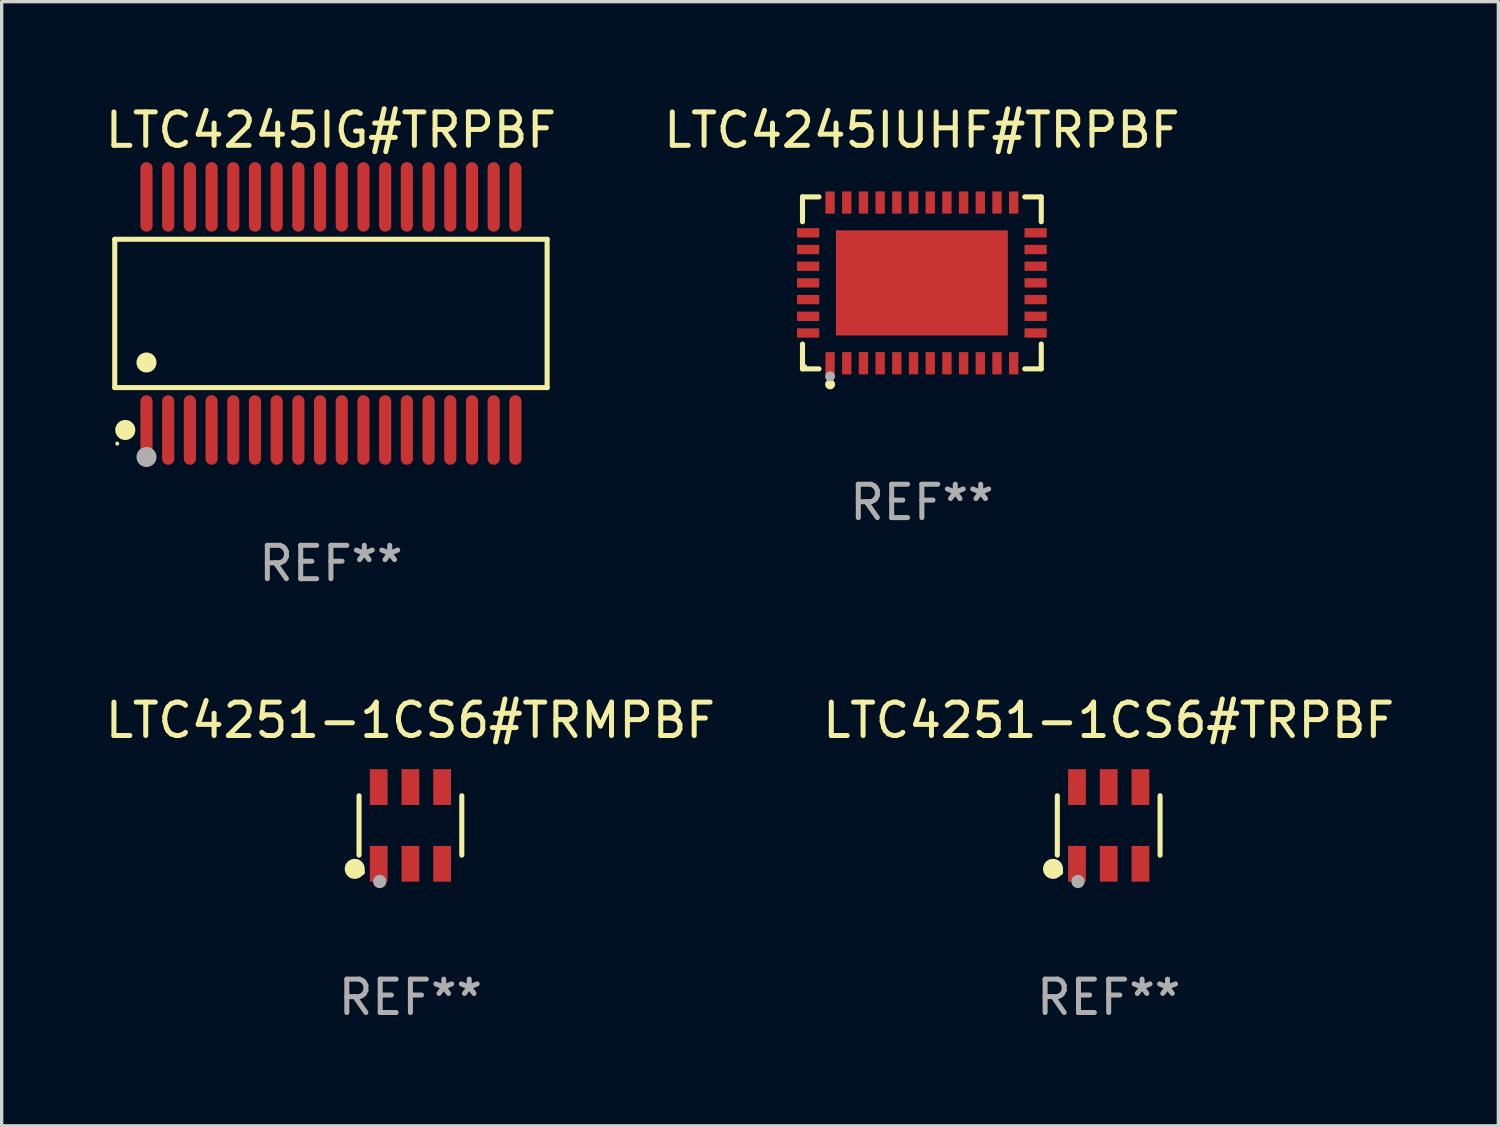
<source format=kicad_pcb>
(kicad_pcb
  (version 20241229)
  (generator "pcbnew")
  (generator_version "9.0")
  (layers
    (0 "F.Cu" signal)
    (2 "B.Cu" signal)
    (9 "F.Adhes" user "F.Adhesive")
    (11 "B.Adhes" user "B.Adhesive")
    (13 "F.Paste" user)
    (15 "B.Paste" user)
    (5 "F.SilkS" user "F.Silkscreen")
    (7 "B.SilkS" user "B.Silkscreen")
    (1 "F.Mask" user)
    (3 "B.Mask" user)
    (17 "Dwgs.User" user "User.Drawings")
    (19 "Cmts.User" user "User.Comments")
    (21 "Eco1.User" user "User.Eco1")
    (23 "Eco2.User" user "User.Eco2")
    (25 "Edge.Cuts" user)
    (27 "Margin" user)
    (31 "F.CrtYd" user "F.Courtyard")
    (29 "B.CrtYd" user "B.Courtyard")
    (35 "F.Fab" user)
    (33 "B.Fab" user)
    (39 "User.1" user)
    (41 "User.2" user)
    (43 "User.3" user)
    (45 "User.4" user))
  (footprint "LTC4251-1CS6#TRMPBF"
    (layer "F.Cu")
    (at 9.244 21.676)
    (property "Reference" "LTC4251-1CS6#TRMPBF" (at 0 -3.149 0) (layer "F.SilkS") (effects (font (size 1 1) (thickness 0.15))))
    (attr through_hole)
    (fp_line (start -1.539 0.889) (end -1.539 -0.889) (stroke (width 0.152) (type solid)) (layer "F.SilkS"))
    (fp_line (start 1.539 0.889) (end 1.539 -0.889) (stroke (width 0.152) (type solid)) (layer "F.SilkS"))
    (fp_circle (center -1.668 1.301) (end -1.518 1.301) (stroke (width 0.3) (type solid)) (fill no) (layer "F.SilkS"))
    (fp_circle (center -1.463 1.4) (end -1.413 1.4) (stroke (width 0.1) (type solid)) (fill no) (layer "F.SilkS"))
    (fp_circle (center -0.92 1.68) (end -0.82 1.68) (stroke (width 0.2) (type solid)) (fill no) (layer "F.Fab"))
    (fp_text user "REF**" (at 0 5.149 0) (layer "F.Fab") (effects (font (size 1 1) (thickness 0.15))))
    (pad "1" smd rect (at -0.95 1.149) (size 0.532 1.072) (layers "F.Cu" "F.Mask" "F.Paste"))
    (pad "2" smd rect (at 0 1.149) (size 0.532 1.072) (layers "F.Cu" "F.Mask" "F.Paste"))
    (pad "3" smd rect (at 0.95 1.149) (size 0.532 1.072) (layers "F.Cu" "F.Mask" "F.Paste"))
    (pad "4" smd rect (at 0.95 -1.149) (size 0.532 1.072) (layers "F.Cu" "F.Mask" "F.Paste"))
    (pad "5" smd rect (at 0 -1.149) (size 0.532 1.072) (layers "F.Cu" "F.Mask" "F.Paste"))
    (pad "6" smd rect (at -0.95 -1.149) (size 0.532 1.072) (layers "F.Cu" "F.Mask" "F.Paste")))
  (footprint "LTC4251-1CS6#TRPBF"
    (layer "F.Cu")
    (at 30.161 21.676)
    (property "Reference" "LTC4251-1CS6#TRPBF" (at 0 -3.149 0) (layer "F.SilkS") (effects (font (size 1 1) (thickness 0.15))))
    (attr through_hole)
    (fp_line (start -1.539 0.889) (end -1.539 -0.889) (stroke (width 0.152) (type solid)) (layer "F.SilkS"))
    (fp_line (start 1.539 0.889) (end 1.539 -0.889) (stroke (width 0.152) (type solid)) (layer "F.SilkS"))
    (fp_circle (center -1.668 1.301) (end -1.518 1.301) (stroke (width 0.3) (type solid)) (fill no) (layer "F.SilkS"))
    (fp_circle (center -1.463 1.4) (end -1.413 1.4) (stroke (width 0.1) (type solid)) (fill no) (layer "F.SilkS"))
    (fp_circle (center -0.92 1.68) (end -0.82 1.68) (stroke (width 0.2) (type solid)) (fill no) (layer "F.Fab"))
    (fp_text user "REF**" (at 0 5.149 0) (layer "F.Fab") (effects (font (size 1 1) (thickness 0.15))))
    (pad "1" smd rect (at -0.95 1.149) (size 0.532 1.072) (layers "F.Cu" "F.Mask" "F.Paste"))
    (pad "2" smd rect (at 0 1.149) (size 0.532 1.072) (layers "F.Cu" "F.Mask" "F.Paste"))
    (pad "3" smd rect (at 0.95 1.149) (size 0.532 1.072) (layers "F.Cu" "F.Mask" "F.Paste"))
    (pad "4" smd rect (at 0.95 -1.149) (size 0.532 1.072) (layers "F.Cu" "F.Mask" "F.Paste"))
    (pad "5" smd rect (at 0 -1.149) (size 0.532 1.072) (layers "F.Cu" "F.Mask" "F.Paste"))
    (pad "6" smd rect (at -0.95 -1.149) (size 0.532 1.072) (layers "F.Cu" "F.Mask" "F.Paste")))
  (footprint "LTC4245IUHF#TRPBF"
    (layer "F.Cu")
    (at 24.565 5.424)
    (property "Reference" "LTC4245IUHF#TRPBF" (at 0 -4.576 0) (layer "F.SilkS") (effects (font (size 1 1) (thickness 0.15))))
    (attr through_hole)
    (fp_line (start -3.576 -2.576) (end -3.081 -2.576) (stroke (width 0.152) (type solid)) (layer "F.SilkS"))
    (fp_line (start -3.576 -1.831) (end -3.576 -2.576) (stroke (width 0.152) (type solid)) (layer "F.SilkS"))
    (fp_line (start -3.576 1.831) (end -3.576 2.576) (stroke (width 0.152) (type solid)) (layer "F.SilkS"))
    (fp_line (start -3.576 2.576) (end -3.081 2.576) (stroke (width 0.152) (type solid)) (layer "F.SilkS"))
    (fp_line (start 3.576 -2.576) (end 3.081 -2.576) (stroke (width 0.152) (type solid)) (layer "F.SilkS"))
    (fp_line (start 3.576 -1.831) (end 3.576 -2.576) (stroke (width 0.152) (type solid)) (layer "F.SilkS"))
    (fp_line (start 3.576 1.831) (end 3.576 2.576) (stroke (width 0.152) (type solid)) (layer "F.SilkS"))
    (fp_line (start 3.576 2.576) (end 3.081 2.576) (stroke (width 0.152) (type solid)) (layer "F.SilkS"))
    (fp_circle (center -3.5 2.5) (end -3.47 2.5) (stroke (width 0.06) (type solid)) (fill no) (layer "F.SilkS"))
    (fp_circle (center -2.75 3.04) (end -2.675 3.04) (stroke (width 0.15) (type solid)) (fill no) (layer "F.SilkS"))
    (fp_circle (center -2.75 2.8) (end -2.675 2.8) (stroke (width 0.15) (type solid)) (fill no) (layer "F.Fab"))
    (fp_text user "REF**" (at 0 6.576 0) (layer "F.Fab") (effects (font (size 1 1) (thickness 0.15))))
    (pad "1" smd rect (at -2.75 2.407) (size 0.28 0.665) (layers "F.Cu" "F.Mask" "F.Paste"))
    (pad "2" smd rect (at -2.25 2.407) (size 0.28 0.665) (layers "F.Cu" "F.Mask" "F.Paste"))
    (pad "3" smd rect (at -1.75 2.407) (size 0.28 0.665) (layers "F.Cu" "F.Mask" "F.Paste"))
    (pad "4" smd rect (at -1.25 2.407) (size 0.28 0.665) (layers "F.Cu" "F.Mask" "F.Paste"))
    (pad "5" smd rect (at -0.75 2.407) (size 0.28 0.665) (layers "F.Cu" "F.Mask" "F.Paste"))
    (pad "6" smd rect (at -0.25 2.407) (size 0.28 0.665) (layers "F.Cu" "F.Mask" "F.Paste"))
    (pad "7" smd rect (at 0.25 2.407) (size 0.28 0.665) (layers "F.Cu" "F.Mask" "F.Paste"))
    (pad "8" smd rect (at 0.75 2.407) (size 0.28 0.665) (layers "F.Cu" "F.Mask" "F.Paste"))
    (pad "9" smd rect (at 1.25 2.407) (size 0.28 0.665) (layers "F.Cu" "F.Mask" "F.Paste"))
    (pad "10" smd rect (at 1.75 2.407) (size 0.28 0.665) (layers "F.Cu" "F.Mask" "F.Paste"))
    (pad "11" smd rect (at 2.25 2.407) (size 0.28 0.665) (layers "F.Cu" "F.Mask" "F.Paste"))
    (pad "12" smd rect (at 2.75 2.407) (size 0.28 0.665) (layers "F.Cu" "F.Mask" "F.Paste"))
    (pad "13" smd rect (at 3.407 1.5) (size 0.665 0.28) (layers "F.Cu" "F.Mask" "F.Paste"))
    (pad "14" smd rect (at 3.407 1) (size 0.665 0.28) (layers "F.Cu" "F.Mask" "F.Paste"))
    (pad "15" smd rect (at 3.407 0.5) (size 0.665 0.28) (layers "F.Cu" "F.Mask" "F.Paste"))
    (pad "16" smd rect (at 3.407 0) (size 0.665 0.28) (layers "F.Cu" "F.Mask" "F.Paste"))
    (pad "17" smd rect (at 3.407 -0.5) (size 0.665 0.28) (layers "F.Cu" "F.Mask" "F.Paste"))
    (pad "18" smd rect (at 3.407 -1) (size 0.665 0.28) (layers "F.Cu" "F.Mask" "F.Paste"))
    (pad "19" smd rect (at 3.407 -1.5) (size 0.665 0.28) (layers "F.Cu" "F.Mask" "F.Paste"))
    (pad "20" smd rect (at 2.75 -2.407) (size 0.28 0.665) (layers "F.Cu" "F.Mask" "F.Paste"))
    (pad "21" smd rect (at 2.25 -2.407) (size 0.28 0.665) (layers "F.Cu" "F.Mask" "F.Paste"))
    (pad "22" smd rect (at 1.75 -2.407) (size 0.28 0.665) (layers "F.Cu" "F.Mask" "F.Paste"))
    (pad "23" smd rect (at 1.25 -2.407) (size 0.28 0.665) (layers "F.Cu" "F.Mask" "F.Paste"))
    (pad "24" smd rect (at 0.75 -2.407) (size 0.28 0.665) (layers "F.Cu" "F.Mask" "F.Paste"))
    (pad "25" smd rect (at 0.25 -2.407) (size 0.28 0.665) (layers "F.Cu" "F.Mask" "F.Paste"))
    (pad "26" smd rect (at -0.25 -2.407) (size 0.28 0.665) (layers "F.Cu" "F.Mask" "F.Paste"))
    (pad "27" smd rect (at -0.75 -2.407) (size 0.28 0.665) (layers "F.Cu" "F.Mask" "F.Paste"))
    (pad "28" smd rect (at -1.25 -2.407) (size 0.28 0.665) (layers "F.Cu" "F.Mask" "F.Paste"))
    (pad "29" smd rect (at -1.75 -2.407) (size 0.28 0.665) (layers "F.Cu" "F.Mask" "F.Paste"))
    (pad "30" smd rect (at -2.25 -2.407) (size 0.28 0.665) (layers "F.Cu" "F.Mask" "F.Paste"))
    (pad "31" smd rect (at -2.75 -2.407) (size 0.28 0.665) (layers "F.Cu" "F.Mask" "F.Paste"))
    (pad "32" smd rect (at -3.407 -1.5) (size 0.665 0.28) (layers "F.Cu" "F.Mask" "F.Paste"))
    (pad "33" smd rect (at -3.407 -1) (size 0.665 0.28) (layers "F.Cu" "F.Mask" "F.Paste"))
    (pad "34" smd rect (at -3.407 -0.5) (size 0.665 0.28) (layers "F.Cu" "F.Mask" "F.Paste"))
    (pad "35" smd rect (at -3.407 0) (size 0.665 0.28) (layers "F.Cu" "F.Mask" "F.Paste"))
    (pad "36" smd rect (at -3.407 0.5) (size 0.665 0.28) (layers "F.Cu" "F.Mask" "F.Paste"))
    (pad "37" smd rect (at -3.407 1) (size 0.665 0.28) (layers "F.Cu" "F.Mask" "F.Paste"))
    (pad "38" smd rect (at -3.407 1.5) (size 0.665 0.28) (layers "F.Cu" "F.Mask" "F.Paste"))
    (pad "39" smd rect (at 0 0) (size 5.15 3.15) (layers "F.Cu" "F.Mask" "F.Paste")))
  (footprint "LTC4245IG#TRPBF"
    (layer "F.Cu")
    (at 6.863 6.339)
    (property "Reference" "LTC4245IG#TRPBF" (at 0 -5.491 0) (layer "F.SilkS") (effects (font (size 1 1) (thickness 0.15))))
    (attr through_hole)
    (fp_line (start -6.476 -2.221) (end 6.476 -2.221) (stroke (width 0.152) (type solid)) (layer "F.SilkS"))
    (fp_line (start -6.476 2.221) (end -6.476 -2.221) (stroke (width 0.152) (type solid)) (layer "F.SilkS"))
    (fp_line (start 6.476 -2.221) (end 6.476 2.221) (stroke (width 0.152) (type solid)) (layer "F.SilkS"))
    (fp_line (start 6.476 2.221) (end -6.476 2.221) (stroke (width 0.152) (type solid)) (layer "F.SilkS"))
    (fp_circle (center -6.4 3.9) (end -6.37 3.9) (stroke (width 0.06) (type solid)) (fill no) (layer "F.SilkS"))
    (fp_circle (center -6.16 3.491) (end -6.009 3.491) (stroke (width 0.3) (type solid)) (fill no) (layer "F.SilkS"))
    (fp_circle (center -5.525 1.469) (end -5.375 1.469) (stroke (width 0.3) (type solid)) (fill no) (layer "F.SilkS"))
    (fp_circle (center -5.525 4.3) (end -5.375 4.3) (stroke (width 0.3) (type solid)) (fill no) (layer "F.Fab"))
    (fp_text user "REF**" (at 0 7.491 0) (layer "F.Fab") (effects (font (size 1 1) (thickness 0.15))))
    (pad "1" smd oval (at -5.525 3.491) (size 0.364 2.082) (layers "F.Cu" "F.Mask" "F.Paste"))
    (pad "2" smd oval (at -4.875 3.491) (size 0.364 2.082) (layers "F.Cu" "F.Mask" "F.Paste"))
    (pad "3" smd oval (at -4.225 3.491) (size 0.364 2.082) (layers "F.Cu" "F.Mask" "F.Paste"))
    (pad "4" smd oval (at -3.575 3.491) (size 0.364 2.082) (layers "F.Cu" "F.Mask" "F.Paste"))
    (pad "5" smd oval (at -2.925 3.491) (size 0.364 2.082) (layers "F.Cu" "F.Mask" "F.Paste"))
    (pad "6" smd oval (at -2.275 3.491) (size 0.364 2.082) (layers "F.Cu" "F.Mask" "F.Paste"))
    (pad "7" smd oval (at -1.625 3.491) (size 0.364 2.082) (layers "F.Cu" "F.Mask" "F.Paste"))
    (pad "8" smd oval (at -0.975 3.491) (size 0.364 2.082) (layers "F.Cu" "F.Mask" "F.Paste"))
    (pad "9" smd oval (at -0.325 3.491) (size 0.364 2.082) (layers "F.Cu" "F.Mask" "F.Paste"))
    (pad "10" smd oval (at 0.325 3.491) (size 0.364 2.082) (layers "F.Cu" "F.Mask" "F.Paste"))
    (pad "11" smd oval (at 0.975 3.491) (size 0.364 2.082) (layers "F.Cu" "F.Mask" "F.Paste"))
    (pad "12" smd oval (at 1.625 3.491) (size 0.364 2.082) (layers "F.Cu" "F.Mask" "F.Paste"))
    (pad "13" smd oval (at 2.275 3.491) (size 0.364 2.082) (layers "F.Cu" "F.Mask" "F.Paste"))
    (pad "14" smd oval (at 2.925 3.491) (size 0.364 2.082) (layers "F.Cu" "F.Mask" "F.Paste"))
    (pad "15" smd oval (at 3.575 3.491) (size 0.364 2.082) (layers "F.Cu" "F.Mask" "F.Paste"))
    (pad "16" smd oval (at 4.225 3.491) (size 0.364 2.082) (layers "F.Cu" "F.Mask" "F.Paste"))
    (pad "17" smd oval (at 4.875 3.491) (size 0.364 2.082) (layers "F.Cu" "F.Mask" "F.Paste"))
    (pad "18" smd oval (at 5.525 3.491) (size 0.364 2.082) (layers "F.Cu" "F.Mask" "F.Paste"))
    (pad "19" smd oval (at 5.525 -3.491) (size 0.364 2.082) (layers "F.Cu" "F.Mask" "F.Paste"))
    (pad "20" smd oval (at 4.875 -3.491) (size 0.364 2.082) (layers "F.Cu" "F.Mask" "F.Paste"))
    (pad "21" smd oval (at 4.225 -3.491) (size 0.364 2.082) (layers "F.Cu" "F.Mask" "F.Paste"))
    (pad "22" smd oval (at 3.575 -3.491) (size 0.364 2.082) (layers "F.Cu" "F.Mask" "F.Paste"))
    (pad "23" smd oval (at 2.925 -3.491) (size 0.364 2.082) (layers "F.Cu" "F.Mask" "F.Paste"))
    (pad "24" smd oval (at 2.275 -3.491) (size 0.364 2.082) (layers "F.Cu" "F.Mask" "F.Paste"))
    (pad "25" smd oval (at 1.625 -3.491) (size 0.364 2.082) (layers "F.Cu" "F.Mask" "F.Paste"))
    (pad "26" smd oval (at 0.975 -3.491) (size 0.364 2.082) (layers "F.Cu" "F.Mask" "F.Paste"))
    (pad "27" smd oval (at 0.325 -3.491) (size 0.364 2.082) (layers "F.Cu" "F.Mask" "F.Paste"))
    (pad "28" smd oval (at -0.325 -3.491) (size 0.364 2.082) (layers "F.Cu" "F.Mask" "F.Paste"))
    (pad "29" smd oval (at -0.975 -3.491) (size 0.364 2.082) (layers "F.Cu" "F.Mask" "F.Paste"))
    (pad "30" smd oval (at -1.625 -3.491) (size 0.364 2.082) (layers "F.Cu" "F.Mask" "F.Paste"))
    (pad "31" smd oval (at -2.275 -3.491) (size 0.364 2.082) (layers "F.Cu" "F.Mask" "F.Paste"))
    (pad "32" smd oval (at -2.925 -3.491) (size 0.364 2.082) (layers "F.Cu" "F.Mask" "F.Paste"))
    (pad "33" smd oval (at -3.575 -3.491) (size 0.364 2.082) (layers "F.Cu" "F.Mask" "F.Paste"))
    (pad "34" smd oval (at -4.225 -3.491) (size 0.364 2.082) (layers "F.Cu" "F.Mask" "F.Paste"))
    (pad "35" smd oval (at -4.875 -3.491) (size 0.364 2.082) (layers "F.Cu" "F.Mask" "F.Paste"))
    (pad "36" smd oval (at -5.525 -3.491) (size 0.364 2.082) (layers "F.Cu" "F.Mask" "F.Paste")))
  (gr_rect
    (start -3 -3)
    (end 41.833 30.673)
    (stroke (width 0.1) (type default))
    (fill no)
    (layer "Edge.Cuts")))
</source>
